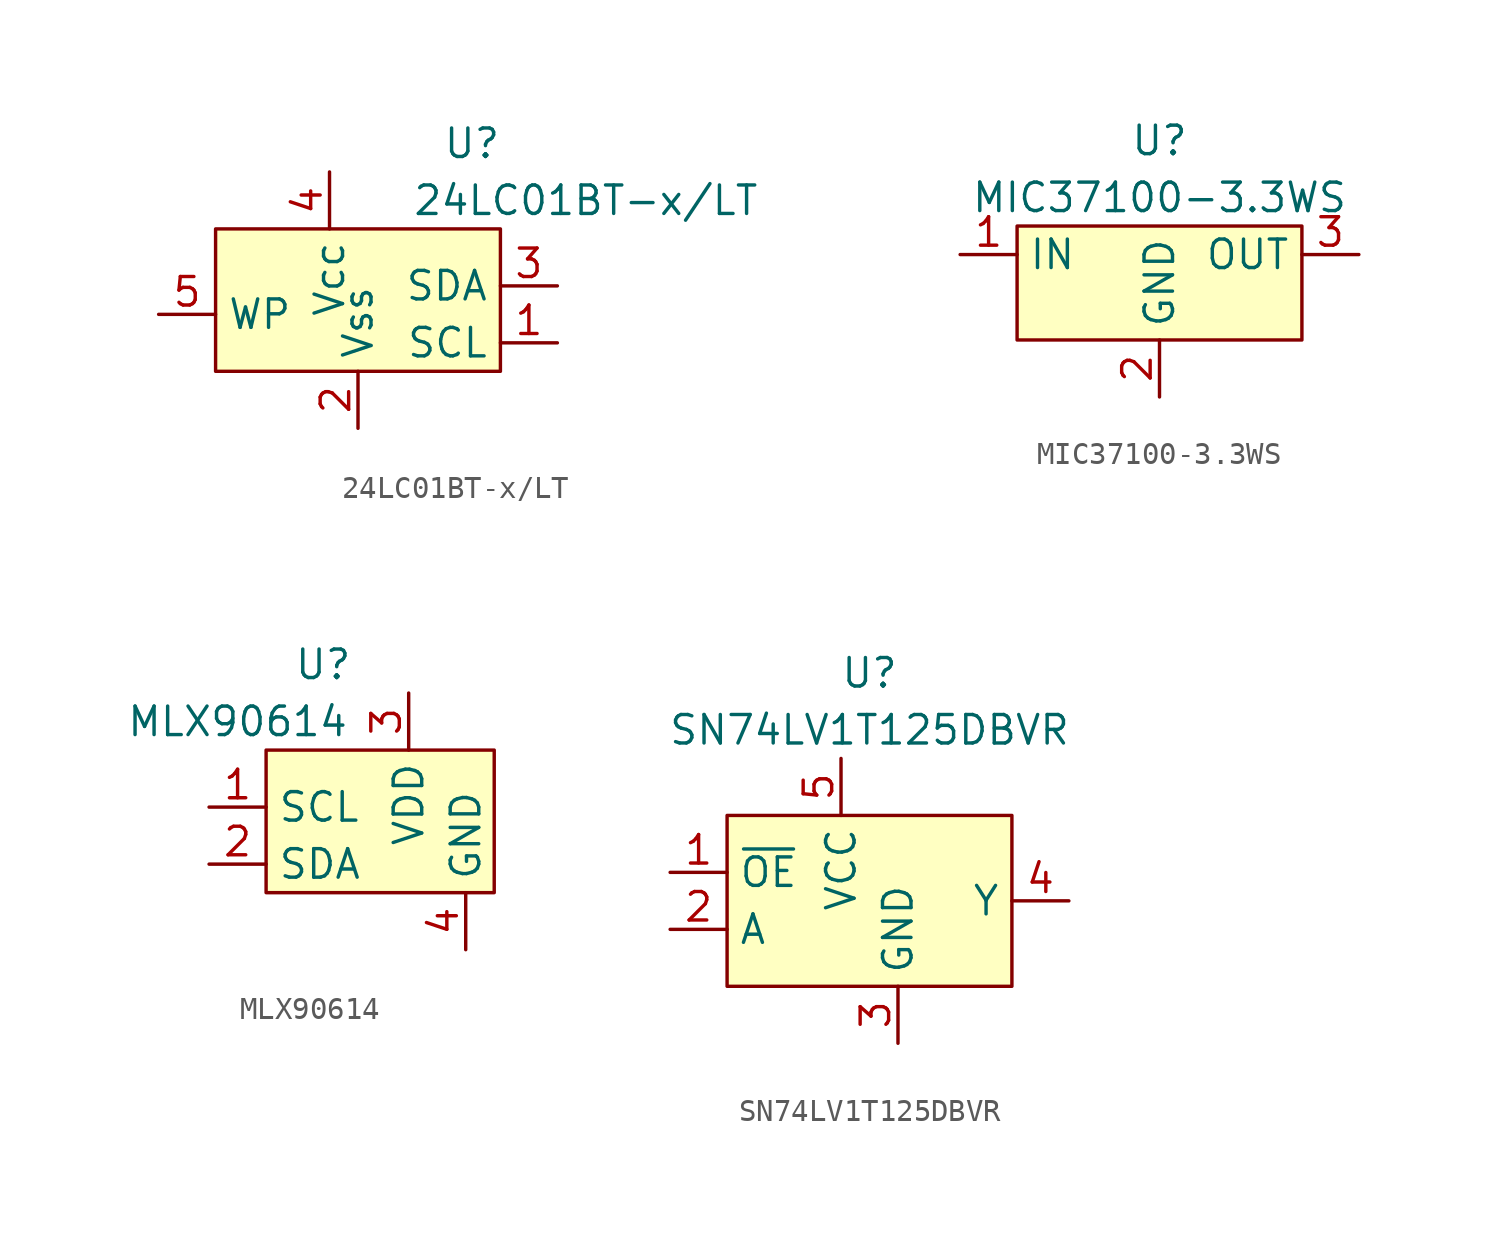
<source format=kicad_sym>
(kicad_symbol_lib
  (version 20220914)
  (generator kicad_symbol_editor)
  (symbol "24LC01BT-x/LT"
    (property "Reference" "U"
      (at 5.08 1.27 0)
      (effects (font (size 1.27 1.27))))
    (property "Value" "24LC01BT-x/LT"
      (at 10.16 -1.27 0)
      (effects (font (size 1.27 1.27))))
    (symbol "24LC01BT-x/LT_1_1"
      (rectangle (start -6.35 -2.54) (end 6.35 -8.89) (stroke (width 0) (type default)) (fill (type background)))
      (pin input line (at 8.89 -7.62 180) (length 2.54) (name "SCL" (effects (font (size 1.27 1.27)))) (number "1" (effects (font (size 1.27 1.27)))))
      (pin power_in line (at 0 -11.43 90) (length 2.54) (name "Vss" (effects (font (size 1.27 1.27)))) (number "2" (effects (font (size 1.27 1.27)))))
      (pin bidirectional line (at 8.89 -5.08 180) (length 2.54) (name "SDA" (effects (font (size 1.27 1.27)))) (number "3" (effects (font (size 1.27 1.27)))))
      (pin power_in line (at -1.27 0 270) (length 2.54) (name "Vcc" (effects (font (size 1.27 1.27)))) (number "4" (effects (font (size 1.27 1.27)))))
      (pin input line (at -8.89 -6.35 0) (length 2.54) (name "WP" (effects (font (size 1.27 1.27)))) (number "5" (effects (font (size 1.27 1.27)))))))
  (symbol "MIC37100-3.3WS"
    (property "Reference" "U"
      (at 0 1.27 0)
      (effects (font (size 1.27 1.27))))
    (property "Value" "MIC37100-3.3WS"
      (at 0 -1.27 0)
      (effects (font (size 1.27 1.27))))
    (symbol "MIC37100-3.3WS_1_1"
      (rectangle (start -6.35 -2.54) (end 6.35 -7.62) (stroke (width 0) (type default)) (fill (type background)))
      (pin power_in line (at -8.89 -3.81 0) (length 2.54) (name "IN" (effects (font (size 1.27 1.27)))) (number "1" (effects (font (size 1.27 1.27)))))
      (pin power_in line (at 0 -10.16 90) (length 2.54) (name "GND" (effects (font (size 1.27 1.27)))) (number "2" (effects (font (size 1.27 1.27)))))
      (pin power_out line (at 8.89 -3.81 180) (length 2.54) (name "OUT" (effects (font (size 1.27 1.27)))) (number "3" (effects (font (size 1.27 1.27)))))))
  (symbol "MLX90614"
    (property "Reference" "U"
      (at 0 0 0)
      (effects (font (size 1.27 1.27))))
    (property "Value" "MLX90614"
      (at -3.81 -2.54 0)
      (effects (font (size 1.27 1.27))))
    (symbol "MLX90614_1_1"
      (rectangle (start -2.54 -3.81) (end 7.62 -10.16) (stroke (width 0) (type default)) (fill (type background)))
      (pin input line (at -5.08 -6.35 0) (length 2.54) (name "SCL" (effects (font (size 1.27 1.27)))) (number "1" (effects (font (size 1.27 1.27)))))
      (pin input line (at -5.08 -8.89 0) (length 2.54) (name "SDA" (effects (font (size 1.27 1.27)))) (number "2" (effects (font (size 1.27 1.27)))))
      (pin power_in line (at 3.81 -1.27 270) (length 2.54) (name "VDD" (effects (font (size 1.27 1.27)))) (number "3" (effects (font (size 1.27 1.27)))))
      (pin input line (at 6.35 -12.7 90) (length 2.54) (name "GND" (effects (font (size 1.27 1.27)))) (number "4" (effects (font (size 1.27 1.27)))))))
  (symbol "SN74LV1T125DBVR"
    (property "Reference" "U"
      (at 0 0 0)
      (effects (font (size 1.27 1.27))))
    (property "Value" "SN74LV1T125DBVR"
      (at 0 -2.54 0)
      (effects (font (size 1.27 1.27))))
    (symbol "SN74LV1T125DBVR_1_1"
      (rectangle (start -6.35 -6.35) (end 6.35 -13.97) (stroke (width 0) (type default)) (fill (type background)))
      (pin input line (at -8.89 -8.89 0) (length 2.54) (name "~{OE}" (effects (font (size 1.27 1.27)))) (number "1" (effects (font (size 1.27 1.27)))))
      (pin input line (at -8.89 -11.43 0) (length 2.54) (name "A" (effects (font (size 1.27 1.27)))) (number "2" (effects (font (size 1.27 1.27)))))
      (pin power_in line (at 1.27 -16.51 90) (length 2.54) (name "GND" (effects (font (size 1.27 1.27)))) (number "3" (effects (font (size 1.27 1.27)))))
      (pin output line (at 8.89 -10.16 180) (length 2.54) (name "Y" (effects (font (size 1.27 1.27)))) (number "4" (effects (font (size 1.27 1.27)))))
      (pin power_in line (at -1.27 -3.81 270) (length 2.54) (name "VCC" (effects (font (size 1.27 1.27)))) (number "5" (effects (font (size 1.27 1.27))))))))
</source>
